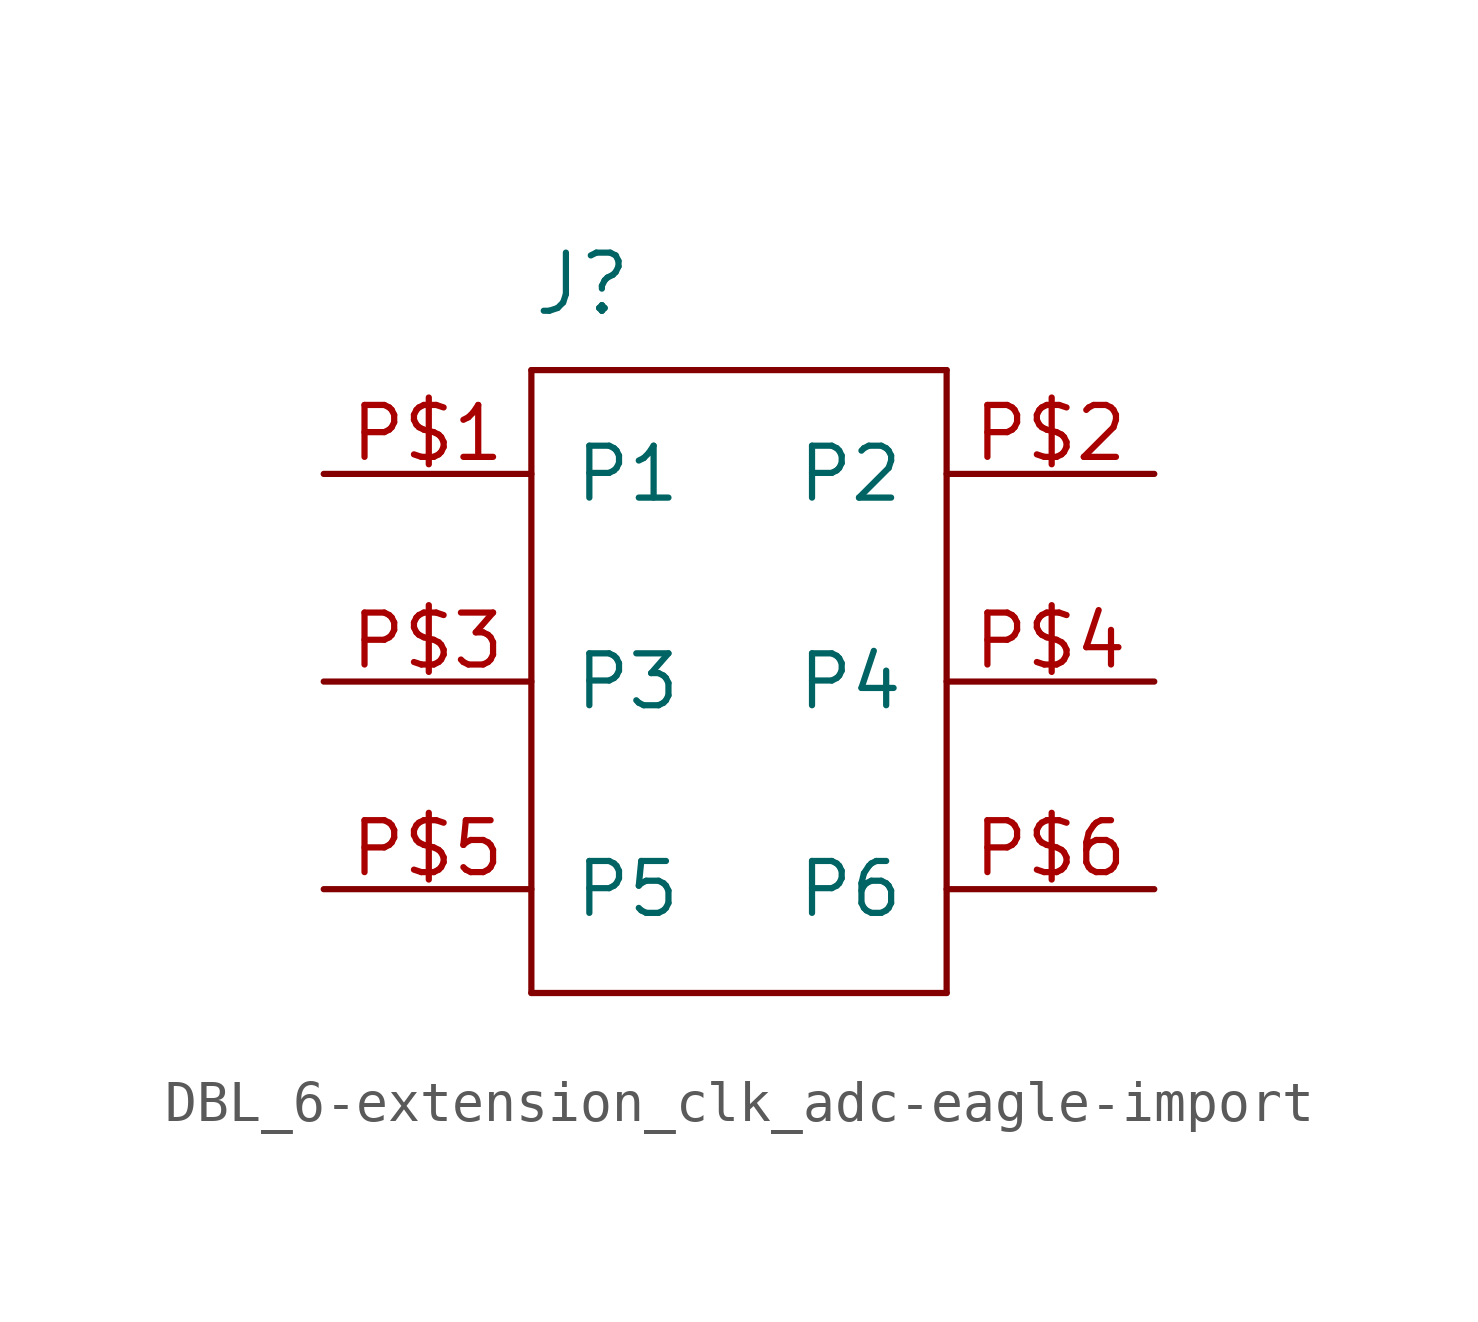
<source format=kicad_sym>
(kicad_symbol_lib
  (version 20231120)
  (generator "kicad_symbol_editor")
  (generator_version "8.0")
  (symbol "DBL_6-extension_clk_adc-eagle-import"
    (pin_names
      (offset 1.016))
    (property "Reference" "J"
      (at -5.08 8.89 0)
      (effects (font (size 1.422 1.422)) (justify left bottom)))
    (property "ki_locked" ""
      (at 0 0 0)
      (effects (font (size 1.27 1.27))))
    (symbol "DBL_6-extension_clk_adc-eagle-import_1_0"
      (polyline (pts (xy -5.08 -7.62) (xy -5.08 7.62)) (stroke (width 0) (type solid)) (fill (type none)))
      (polyline (pts (xy -5.08 7.62) (xy 5.08 7.62)) (stroke (width 0) (type solid)) (fill (type none)))
      (polyline (pts (xy 5.08 -7.62) (xy -5.08 -7.62)) (stroke (width 0) (type solid)) (fill (type none)))
      (polyline (pts (xy 5.08 7.62) (xy 5.08 -7.62)) (stroke (width 0) (type solid)) (fill (type none)))
      (pin bidirectional line (at -10.16 5.08 0) (length 5.08) (name "P1" (effects (font (size 1.27 1.27)))) (number "P$1" (effects (font (size 1.27 1.27)))))
      (pin bidirectional line (at 10.16 5.08 180) (length 5.08) (name "P2" (effects (font (size 1.27 1.27)))) (number "P$2" (effects (font (size 1.27 1.27)))))
      (pin bidirectional line (at -10.16 0 0) (length 5.08) (name "P3" (effects (font (size 1.27 1.27)))) (number "P$3" (effects (font (size 1.27 1.27)))))
      (pin bidirectional line (at 10.16 0 180) (length 5.08) (name "P4" (effects (font (size 1.27 1.27)))) (number "P$4" (effects (font (size 1.27 1.27)))))
      (pin bidirectional line (at -10.16 -5.08 0) (length 5.08) (name "P5" (effects (font (size 1.27 1.27)))) (number "P$5" (effects (font (size 1.27 1.27)))))
      (pin bidirectional line (at 10.16 -5.08 180) (length 5.08) (name "P6" (effects (font (size 1.27 1.27)))) (number "P$6" (effects (font (size 1.27 1.27))))))))
</source>
